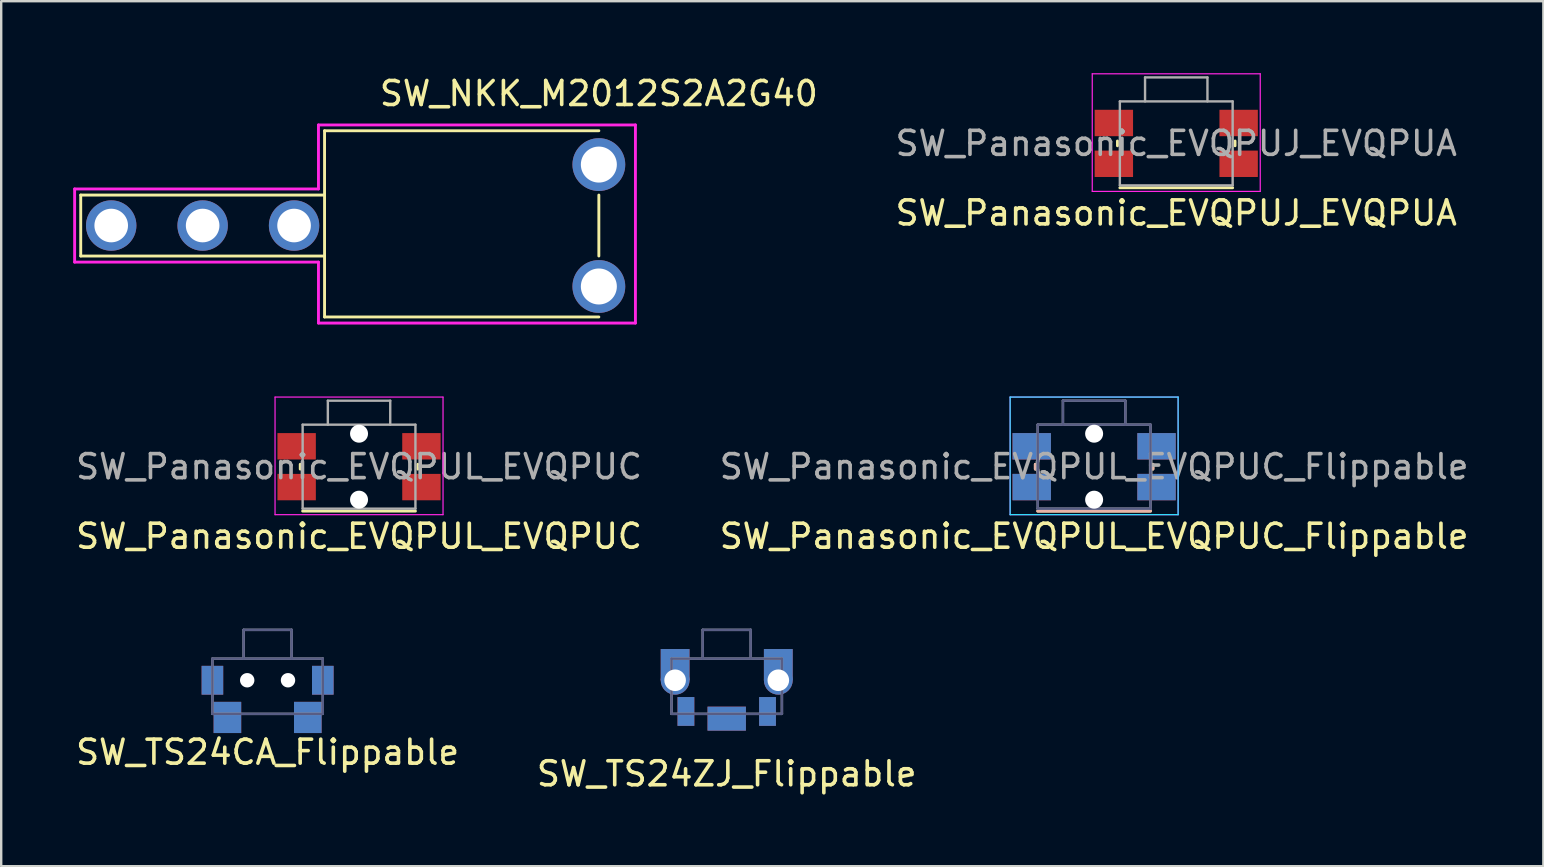
<source format=kicad_pcb>
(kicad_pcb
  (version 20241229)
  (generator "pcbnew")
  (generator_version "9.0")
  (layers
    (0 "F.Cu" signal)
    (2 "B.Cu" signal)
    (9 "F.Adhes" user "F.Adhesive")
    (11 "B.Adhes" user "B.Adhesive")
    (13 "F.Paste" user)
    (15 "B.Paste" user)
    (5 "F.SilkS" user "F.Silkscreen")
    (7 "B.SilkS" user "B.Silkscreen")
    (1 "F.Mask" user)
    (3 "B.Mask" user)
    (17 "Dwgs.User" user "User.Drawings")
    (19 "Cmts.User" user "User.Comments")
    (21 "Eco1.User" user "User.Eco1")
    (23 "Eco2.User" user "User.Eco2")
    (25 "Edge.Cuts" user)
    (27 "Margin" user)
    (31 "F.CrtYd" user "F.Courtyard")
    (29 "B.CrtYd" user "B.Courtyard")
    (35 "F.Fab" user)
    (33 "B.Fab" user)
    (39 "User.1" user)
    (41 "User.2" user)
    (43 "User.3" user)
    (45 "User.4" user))
  (footprint "SW_Panasonic_EVQPUJ_EVQPUA"
    (layer "F.Cu")
    (at 45.964 2.925)
    (property "Reference" "SW_Panasonic_EVQPUJ_EVQPUA" (at 0 2.9 0) (layer "F.SilkS") (effects (font (size 1 1) (thickness 0.15))))
    (attr smd)
    (fp_line (start -2.45 0.1) (end -2.45 -0.1) (stroke (width 0.12) (type solid)) (layer "F.SilkS"))
    (fp_line (start 2.35 1.85) (end -2.35 1.85) (stroke (width 0.12) (type solid)) (layer "F.SilkS"))
    (fp_line (start 2.45 0.1) (end 2.45 -0.1) (stroke (width 0.12) (type solid)) (layer "F.SilkS"))
    (fp_line (start -3.5 2) (end -3.5 -2.9) (stroke (width 0.05) (type solid)) (layer "F.CrtYd"))
    (fp_line (start 3.5 -2.9) (end -3.5 -2.9) (stroke (width 0.05) (type solid)) (layer "F.CrtYd"))
    (fp_line (start 3.5 2) (end -3.5 2) (stroke (width 0.05) (type solid)) (layer "F.CrtYd"))
    (fp_line (start 3.5 2) (end 3.5 -2.9) (stroke (width 0.05) (type solid)) (layer "F.CrtYd"))
    (fp_line (start -2.35 1.75) (end -2.35 -1.75) (stroke (width 0.1) (type solid)) (layer "F.Fab"))
    (fp_line (start -1.3 -2.75) (end -1.3 -1.75) (stroke (width 0.1) (type solid)) (layer "F.Fab"))
    (fp_line (start 1.3 -2.75) (end -1.3 -2.75) (stroke (width 0.1) (type solid)) (layer "F.Fab"))
    (fp_line (start 1.3 -2.75) (end 1.3 -1.75) (stroke (width 0.1) (type solid)) (layer "F.Fab"))
    (fp_line (start 2.35 -1.75) (end -2.35 -1.75) (stroke (width 0.1) (type solid)) (layer "F.Fab"))
    (fp_line (start 2.35 1.75) (end -2.35 1.75) (stroke (width 0.1) (type solid)) (layer "F.Fab"))
    (fp_line (start 2.35 1.75) (end 2.35 -1.75) (stroke (width 0.1) (type solid)) (layer "F.Fab"))
    (fp_text user "${REFERENCE}" (at 0 0 0) (layer "F.Fab") (effects (font (size 1 1) (thickness 0.15))))
    (pad "1" smd rect (at -2.6 -0.85 180) (size 1.6 1.1) (layers "F.Cu" "F.Mask" "F.Paste"))
    (pad "1" smd rect (at 2.6 -0.85 180) (size 1.6 1.1) (layers "F.Cu" "F.Mask" "F.Paste"))
    (pad "2" smd rect (at -2.6 0.85 180) (size 1.6 1.1) (layers "F.Cu" "F.Mask" "F.Paste"))
    (pad "2" smd rect (at 2.6 0.85 180) (size 1.6 1.1) (layers "F.Cu" "F.Mask" "F.Paste")))
  (footprint "SW_Panasonic_EVQPUL_EVQPUC"
    (layer "F.Cu")
    (at 11.911 16.397)
    (property "Reference" "SW_Panasonic_EVQPUL_EVQPUC" (at 0 2.9 0) (layer "F.SilkS") (effects (font (size 1 1) (thickness 0.15))))
    (attr smd)
    (fp_line (start -2.45 0.1) (end -2.45 -0.1) (stroke (width 0.12) (type solid)) (layer "F.SilkS"))
    (fp_line (start 2.35 1.85) (end -2.35 1.85) (stroke (width 0.12) (type solid)) (layer "F.SilkS"))
    (fp_line (start 2.45 0.1) (end 2.45 -0.1) (stroke (width 0.12) (type solid)) (layer "F.SilkS"))
    (fp_line (start -3.5 2) (end -3.5 -2.9) (stroke (width 0.05) (type solid)) (layer "F.CrtYd"))
    (fp_line (start 3.5 -2.9) (end -3.5 -2.9) (stroke (width 0.05) (type solid)) (layer "F.CrtYd"))
    (fp_line (start 3.5 2) (end -3.5 2) (stroke (width 0.05) (type solid)) (layer "F.CrtYd"))
    (fp_line (start 3.5 2) (end 3.5 -2.9) (stroke (width 0.05) (type solid)) (layer "F.CrtYd"))
    (fp_line (start -2.35 1.75) (end -2.35 -1.75) (stroke (width 0.1) (type solid)) (layer "F.Fab"))
    (fp_line (start -1.3 -2.75) (end -1.3 -1.75) (stroke (width 0.1) (type solid)) (layer "F.Fab"))
    (fp_line (start 1.3 -2.75) (end -1.3 -2.75) (stroke (width 0.1) (type solid)) (layer "F.Fab"))
    (fp_line (start 1.3 -2.75) (end 1.3 -1.75) (stroke (width 0.1) (type solid)) (layer "F.Fab"))
    (fp_line (start 2.35 -1.75) (end -2.35 -1.75) (stroke (width 0.1) (type solid)) (layer "F.Fab"))
    (fp_line (start 2.35 1.75) (end -2.35 1.75) (stroke (width 0.1) (type solid)) (layer "F.Fab"))
    (fp_line (start 2.35 1.75) (end 2.35 -1.75) (stroke (width 0.1) (type solid)) (layer "F.Fab"))
    (fp_text user "${REFERENCE}" (at 0 0 0) (layer "F.Fab") (effects (font (size 1 1) (thickness 0.15))))
    (pad "" np_thru_hole circle (at 0 -1.375 180) (size 0.75 0.75) (drill 0.75) (layers "*.Cu" "*.Mask"))
    (pad "" np_thru_hole circle (at 0 1.375 180) (size 0.75 0.75) (drill 0.75) (layers "*.Cu" "*.Mask"))
    (pad "1" smd rect (at -2.6 -0.85 180) (size 1.6 1.1) (layers "F.Cu" "F.Mask" "F.Paste"))
    (pad "1" smd rect (at 2.6 -0.85 180) (size 1.6 1.1) (layers "F.Cu" "F.Mask" "F.Paste"))
    (pad "2" smd rect (at -2.6 0.85 180) (size 1.6 1.1) (layers "F.Cu" "F.Mask" "F.Paste"))
    (pad "2" smd rect (at 2.6 0.85 180) (size 1.6 1.1) (layers "F.Cu" "F.Mask" "F.Paste")))
  (footprint "SW_TS24ZJ_Flippable"
    (layer "F.Cu")
    (at 27.232 25.296)
    (property "Reference" "SW_TS24ZJ_Flippable" (at 0 3.9 0) (layer "F.SilkS") (effects (font (size 1 1) (thickness 0.15))))
    (attr through_hole)
    (fp_line (start -2.3 -0.9) (end -2.3 1.4) (stroke (width 0.1) (type solid)) (layer "B.Fab"))
    (fp_line (start -2.3 1.4) (end 2.3 1.4) (stroke (width 0.1) (type solid)) (layer "B.Fab"))
    (fp_line (start -1 -2.1) (end -1 -0.9) (stroke (width 0.1) (type solid)) (layer "B.Fab"))
    (fp_line (start 1 -2.1) (end -1 -2.1) (stroke (width 0.1) (type solid)) (layer "B.Fab"))
    (fp_line (start 1 -2.1) (end 1 -0.9) (stroke (width 0.1) (type solid)) (layer "B.Fab"))
    (fp_line (start 2.3 -0.9) (end -2.3 -0.9) (stroke (width 0.1) (type solid)) (layer "B.Fab"))
    (fp_line (start 2.3 1.4) (end 2.3 -0.9) (stroke (width 0.1) (type solid)) (layer "B.Fab"))
    (fp_line (start -2.3 -0.9) (end 2.3 -0.9) (stroke (width 0.1) (type solid)) (layer "F.Fab"))
    (fp_line (start -2.3 1.4) (end -2.3 -0.9) (stroke (width 0.1) (type solid)) (layer "F.Fab"))
    (fp_line (start -1 -2.1) (end -1 -0.9) (stroke (width 0.1) (type solid)) (layer "F.Fab"))
    (fp_line (start -1 -2.1) (end 1 -2.1) (stroke (width 0.1) (type solid)) (layer "F.Fab"))
    (fp_line (start 1 -2.1) (end 1 -0.9) (stroke (width 0.1) (type solid)) (layer "F.Fab"))
    (fp_line (start 2.3 -0.9) (end 2.3 1.4) (stroke (width 0.1) (type solid)) (layer "F.Fab"))
    (fp_line (start 2.3 1.4) (end -2.3 1.4) (stroke (width 0.1) (type solid)) (layer "F.Fab"))
    (pad "1" smd rect (at -1.7 1.3) (size 0.7 1.2) (layers "F.Cu" "F.Mask"))
    (pad "1" smd rect (at -1.7 1.3 180) (size 0.7 1.2) (layers "B.Cu" "B.Mask"))
    (pad "2" smd rect (at 1.7 1.3) (size 0.7 1.2) (layers "F.Cu" "F.Mask"))
    (pad "2" smd rect (at 1.7 1.3 180) (size 0.7 1.2) (layers "B.Cu" "B.Mask"))
    (pad "MP" smd rect (at -2.15 -0.65) (size 1.2 1.3) (layers "F.Cu" "F.Mask"))
    (pad "MP" smd rect (at -2.15 -0.65) (size 1.2 1.3) (layers "B.Cu" "B.Mask"))
    (pad "MP" thru_hole oval (at -2.15 0) (size 1.2 1.2) (drill oval 0.9) (layers "*.Cu" "*.Mask"))
    (pad "MP" smd rect (at 0 1.6) (size 1.6 1) (layers "F.Cu" "F.Mask"))
    (pad "MP" smd rect (at 0 1.6 180) (size 1.6 1) (layers "B.Cu" "B.Mask"))
    (pad "MP" smd rect (at 2.15 -0.65) (size 1.2 1.3) (layers "F.Cu" "F.Mask"))
    (pad "MP" smd rect (at 2.15 -0.65) (size 1.2 1.3) (layers "B.Cu" "B.Mask"))
    (pad "MP" thru_hole oval (at 2.15 0) (size 1.2 1.2) (drill oval 0.9) (layers "*.Cu" "*.Mask")))
  (footprint "SW_TS24CA_Flippable"
    (layer "F.Cu")
    (at 8.101 25.296)
    (property "Reference" "SW_TS24CA_Flippable" (at 0 3 0) (layer "F.SilkS") (effects (font (size 1 1) (thickness 0.15))))
    (attr through_hole)
    (fp_line (start -2.3 -0.9) (end -2.3 1.4) (stroke (width 0.1) (type solid)) (layer "B.Fab"))
    (fp_line (start -2.3 1.4) (end 2.3 1.4) (stroke (width 0.1) (type solid)) (layer "B.Fab"))
    (fp_line (start -1 -2.1) (end -1 -0.9) (stroke (width 0.1) (type solid)) (layer "B.Fab"))
    (fp_line (start 1 -2.1) (end -1 -2.1) (stroke (width 0.1) (type solid)) (layer "B.Fab"))
    (fp_line (start 1 -2.1) (end 1 -0.9) (stroke (width 0.1) (type solid)) (layer "B.Fab"))
    (fp_line (start 2.3 -0.9) (end -2.3 -0.9) (stroke (width 0.1) (type solid)) (layer "B.Fab"))
    (fp_line (start 2.3 1.4) (end 2.3 -0.9) (stroke (width 0.1) (type solid)) (layer "B.Fab"))
    (fp_line (start -2.3 -0.9) (end 2.3 -0.9) (stroke (width 0.1) (type solid)) (layer "F.Fab"))
    (fp_line (start -2.3 1.4) (end -2.3 -0.9) (stroke (width 0.1) (type solid)) (layer "F.Fab"))
    (fp_line (start -1 -2.1) (end -1 -0.9) (stroke (width 0.1) (type solid)) (layer "F.Fab"))
    (fp_line (start -1 -2.1) (end 1 -2.1) (stroke (width 0.1) (type solid)) (layer "F.Fab"))
    (fp_line (start 1 -2.1) (end 1 -0.9) (stroke (width 0.1) (type solid)) (layer "F.Fab"))
    (fp_line (start 2.3 -0.9) (end 2.3 1.4) (stroke (width 0.1) (type solid)) (layer "F.Fab"))
    (fp_line (start 2.3 1.4) (end -2.3 1.4) (stroke (width 0.1) (type solid)) (layer "F.Fab"))
    (pad "" smd rect (at -2.3 0) (size 0.9 1.2) (layers "B.Cu" "B.Mask"))
    (pad "" np_thru_hole circle (at -0.85 0) (size 0.6 0.6) (drill 0.6) (layers "*.Cu" "*.Mask"))
    (pad "" np_thru_hole circle (at 0.85 0) (size 0.6 0.6) (drill 0.6) (layers "*.Cu" "*.Mask"))
    (pad "" smd rect (at 2.3 0) (size 0.9 1.2) (layers "B.Cu" "B.Mask"))
    (pad "1" smd rect (at -1.675 1.55) (size 1.15 1.3) (layers "F.Cu" "F.Mask"))
    (pad "1" smd rect (at -1.675 1.55) (size 1.15 1.3) (layers "B.Cu" "B.Mask"))
    (pad "2" smd rect (at 1.675 1.55) (size 1.15 1.3) (layers "F.Cu" "F.Mask"))
    (pad "2" smd rect (at 1.675 1.55) (size 1.15 1.3) (layers "B.Cu" "B.Mask"))
    (pad "MP" smd rect (at -2.3 0) (size 0.9 1.2) (layers "F.Cu" "F.Mask"))
    (pad "MP" smd rect (at 2.3 0) (size 0.9 1.2) (layers "F.Cu" "F.Mask")))
  (footprint "SW_NKK_M2012S2A2G40"
    (layer "F.Cu")
    (at 21.904 6.348)
    (property "Reference" "SW_NKK_M2012S2A2G40" (at 0 -5.5 0) (layer "F.SilkS") (effects (font (size 1 1) (thickness 0.15))))
    (attr through_hole)
    (fp_line (start -21.59 -1.27) (end -21.59 1.27) (stroke (width 0.12) (type solid)) (layer "F.SilkS"))
    (fp_line (start -21.59 1.27) (end -11.43 1.27) (stroke (width 0.12) (type solid)) (layer "F.SilkS"))
    (fp_line (start -11.43 -3.95) (end -11.43 3.81) (stroke (width 0.12) (type solid)) (layer "F.SilkS"))
    (fp_line (start -11.43 -1.27) (end -21.59 -1.27) (stroke (width 0.12) (type solid)) (layer "F.SilkS"))
    (fp_line (start 0 -3.95) (end -11.43 -3.95) (stroke (width 0.12) (type solid)) (layer "F.SilkS"))
    (fp_line (start 0 -1.27) (end 0 1.27) (stroke (width 0.12) (type solid)) (layer "F.SilkS"))
    (fp_line (start 0 3.81) (end -11.43 3.81) (stroke (width 0.12) (type solid)) (layer "F.SilkS"))
    (fp_line (start -21.844 -1.524) (end -11.684 -1.524) (stroke (width 0.12) (type solid)) (layer "F.CrtYd"))
    (fp_line (start -21.844 1.524) (end -21.844 -1.524) (stroke (width 0.12) (type solid)) (layer "F.CrtYd"))
    (fp_line (start -11.684 -4.191) (end 1.524 -4.191) (stroke (width 0.12) (type solid)) (layer "F.CrtYd"))
    (fp_line (start -11.684 -1.524) (end -11.684 -4.191) (stroke (width 0.12) (type solid)) (layer "F.CrtYd"))
    (fp_line (start -11.684 1.524) (end -21.844 1.524) (stroke (width 0.12) (type solid)) (layer "F.CrtYd"))
    (fp_line (start -11.684 4.064) (end -11.684 1.524) (stroke (width 0.12) (type solid)) (layer "F.CrtYd"))
    (fp_line (start 1.524 -4.191) (end 1.524 4.064) (stroke (width 0.12) (type solid)) (layer "F.CrtYd"))
    (fp_line (start 1.524 4.064) (end -11.684 4.064) (stroke (width 0.12) (type solid)) (layer "F.CrtYd"))
    (pad "" thru_hole circle (at 0 -2.54) (size 2.2 2.2) (drill 1.5) (layers "*.Cu" "*.Mask"))
    (pad "" thru_hole circle (at 0 2.54) (size 2.2 2.2) (drill 1.5) (layers "*.Cu" "*.Mask"))
    (pad "1" thru_hole circle (at -12.7 0) (size 2.1 2.1) (drill 1.4) (layers "*.Cu" "*.Mask"))
    (pad "2" thru_hole circle (at -16.51 0) (size 2.1 2.1) (drill 1.4) (layers "*.Cu" "*.Mask"))
    (pad "3" thru_hole circle (at -20.32 0) (size 2.1 2.1) (drill 1.4) (layers "*.Cu" "*.Mask")))
  (footprint "SW_Panasonic_EVQPUL_EVQPUC_Flippable"
    (layer "F.Cu")
    (at 42.542 16.397)
    (property "Reference" "SW_Panasonic_EVQPUL_EVQPUC_Flippable" (at 0 2.9 0) (layer "F.SilkS") (effects (font (size 1 1) (thickness 0.15))))
    (attr smd)
    (fp_line (start -2.45 0.1) (end -2.45 -0.1) (stroke (width 0.12) (type solid)) (layer "F.SilkS"))
    (fp_line (start 2.35 1.85) (end -2.35 1.85) (stroke (width 0.12) (type solid)) (layer "F.SilkS"))
    (fp_line (start 2.45 0.1) (end 2.45 -0.1) (stroke (width 0.12) (type solid)) (layer "F.SilkS"))
    (fp_line (start -2.45 0.1) (end -2.45 -0.1) (stroke (width 0.12) (type solid)) (layer "B.SilkS"))
    (fp_line (start -2.35 1.85) (end 2.35 1.85) (stroke (width 0.12) (type solid)) (layer "B.SilkS"))
    (fp_line (start 2.45 0.1) (end 2.45 -0.1) (stroke (width 0.12) (type solid)) (layer "B.SilkS"))
    (fp_line (start -3.5 -2.9) (end 3.5 -2.9) (stroke (width 0.05) (type solid)) (layer "B.CrtYd"))
    (fp_line (start -3.5 2) (end -3.5 -2.9) (stroke (width 0.05) (type solid)) (layer "B.CrtYd"))
    (fp_line (start -3.5 2) (end 3.5 2) (stroke (width 0.05) (type solid)) (layer "B.CrtYd"))
    (fp_line (start 3.5 2) (end 3.5 -2.9) (stroke (width 0.05) (type solid)) (layer "B.CrtYd"))
    (fp_line (start -3.5 2) (end -3.5 -2.9) (stroke (width 0.05) (type solid)) (layer "F.CrtYd"))
    (fp_line (start 3.5 -2.9) (end -3.5 -2.9) (stroke (width 0.05) (type solid)) (layer "F.CrtYd"))
    (fp_line (start 3.5 2) (end -3.5 2) (stroke (width 0.05) (type solid)) (layer "F.CrtYd"))
    (fp_line (start 3.5 2) (end 3.5 -2.9) (stroke (width 0.05) (type solid)) (layer "F.CrtYd"))
    (fp_line (start -2.35 -1.75) (end 2.35 -1.75) (stroke (width 0.1) (type solid)) (layer "B.Fab"))
    (fp_line (start -2.35 1.75) (end -2.35 -1.75) (stroke (width 0.1) (type solid)) (layer "B.Fab"))
    (fp_line (start -2.35 1.75) (end 2.35 1.75) (stroke (width 0.1) (type solid)) (layer "B.Fab"))
    (fp_line (start -1.3 -2.75) (end -1.3 -1.75) (stroke (width 0.1) (type solid)) (layer "B.Fab"))
    (fp_line (start -1.3 -2.75) (end 1.3 -2.75) (stroke (width 0.1) (type solid)) (layer "B.Fab"))
    (fp_line (start 1.3 -2.75) (end 1.3 -1.75) (stroke (width 0.1) (type solid)) (layer "B.Fab"))
    (fp_line (start 2.35 1.75) (end 2.35 -1.75) (stroke (width 0.1) (type solid)) (layer "B.Fab"))
    (fp_line (start -2.35 1.75) (end -2.35 -1.75) (stroke (width 0.1) (type solid)) (layer "F.Fab"))
    (fp_line (start -1.3 -2.75) (end -1.3 -1.75) (stroke (width 0.1) (type solid)) (layer "F.Fab"))
    (fp_line (start 1.3 -2.75) (end -1.3 -2.75) (stroke (width 0.1) (type solid)) (layer "F.Fab"))
    (fp_line (start 1.3 -2.75) (end 1.3 -1.75) (stroke (width 0.1) (type solid)) (layer "F.Fab"))
    (fp_line (start 2.35 -1.75) (end -2.35 -1.75) (stroke (width 0.1) (type solid)) (layer "F.Fab"))
    (fp_line (start 2.35 1.75) (end -2.35 1.75) (stroke (width 0.1) (type solid)) (layer "F.Fab"))
    (fp_line (start 2.35 1.75) (end 2.35 -1.75) (stroke (width 0.1) (type solid)) (layer "F.Fab"))
    (fp_text user "${REFERENCE}" (at 0 0 0) (layer "F.Fab") (effects (font (size 1 1) (thickness 0.15))))
    (pad "" np_thru_hole circle (at 0 -1.375 180) (size 0.75 0.75) (drill 0.75) (layers "*.Cu" "*.Mask"))
    (pad "" np_thru_hole circle (at 0 1.375 180) (size 0.75 0.75) (drill 0.75) (layers "*.Cu" "*.Mask"))
    (pad "1" smd rect (at -2.6 -0.85 180) (size 1.6 1.1) (layers "F.Cu" "F.Mask" "F.Paste"))
    (pad "1" smd rect (at -2.6 -0.85 180) (size 1.6 1.1) (layers "B.Cu" "B.Mask" "B.Paste"))
    (pad "1" smd rect (at 2.6 -0.85 180) (size 1.6 1.1) (layers "F.Cu" "F.Mask" "F.Paste"))
    (pad "1" smd rect (at 2.6 -0.85 180) (size 1.6 1.1) (layers "B.Cu" "B.Mask" "B.Paste"))
    (pad "2" smd rect (at -2.6 0.85 180) (size 1.6 1.1) (layers "F.Cu" "F.Mask" "F.Paste"))
    (pad "2" smd rect (at -2.6 0.85 180) (size 1.6 1.1) (layers "B.Cu" "B.Mask" "B.Paste"))
    (pad "2" smd rect (at 2.6 0.85 180) (size 1.6 1.1) (layers "F.Cu" "F.Mask" "F.Paste"))
    (pad "2" smd rect (at 2.6 0.85 180) (size 1.6 1.1) (layers "B.Cu" "B.Mask" "B.Paste")))
  (gr_rect
    (start -3 -3)
    (end 61.262 33.044)
    (stroke (width 0.1) (type default))
    (fill no)
    (layer "Edge.Cuts")))
</source>
